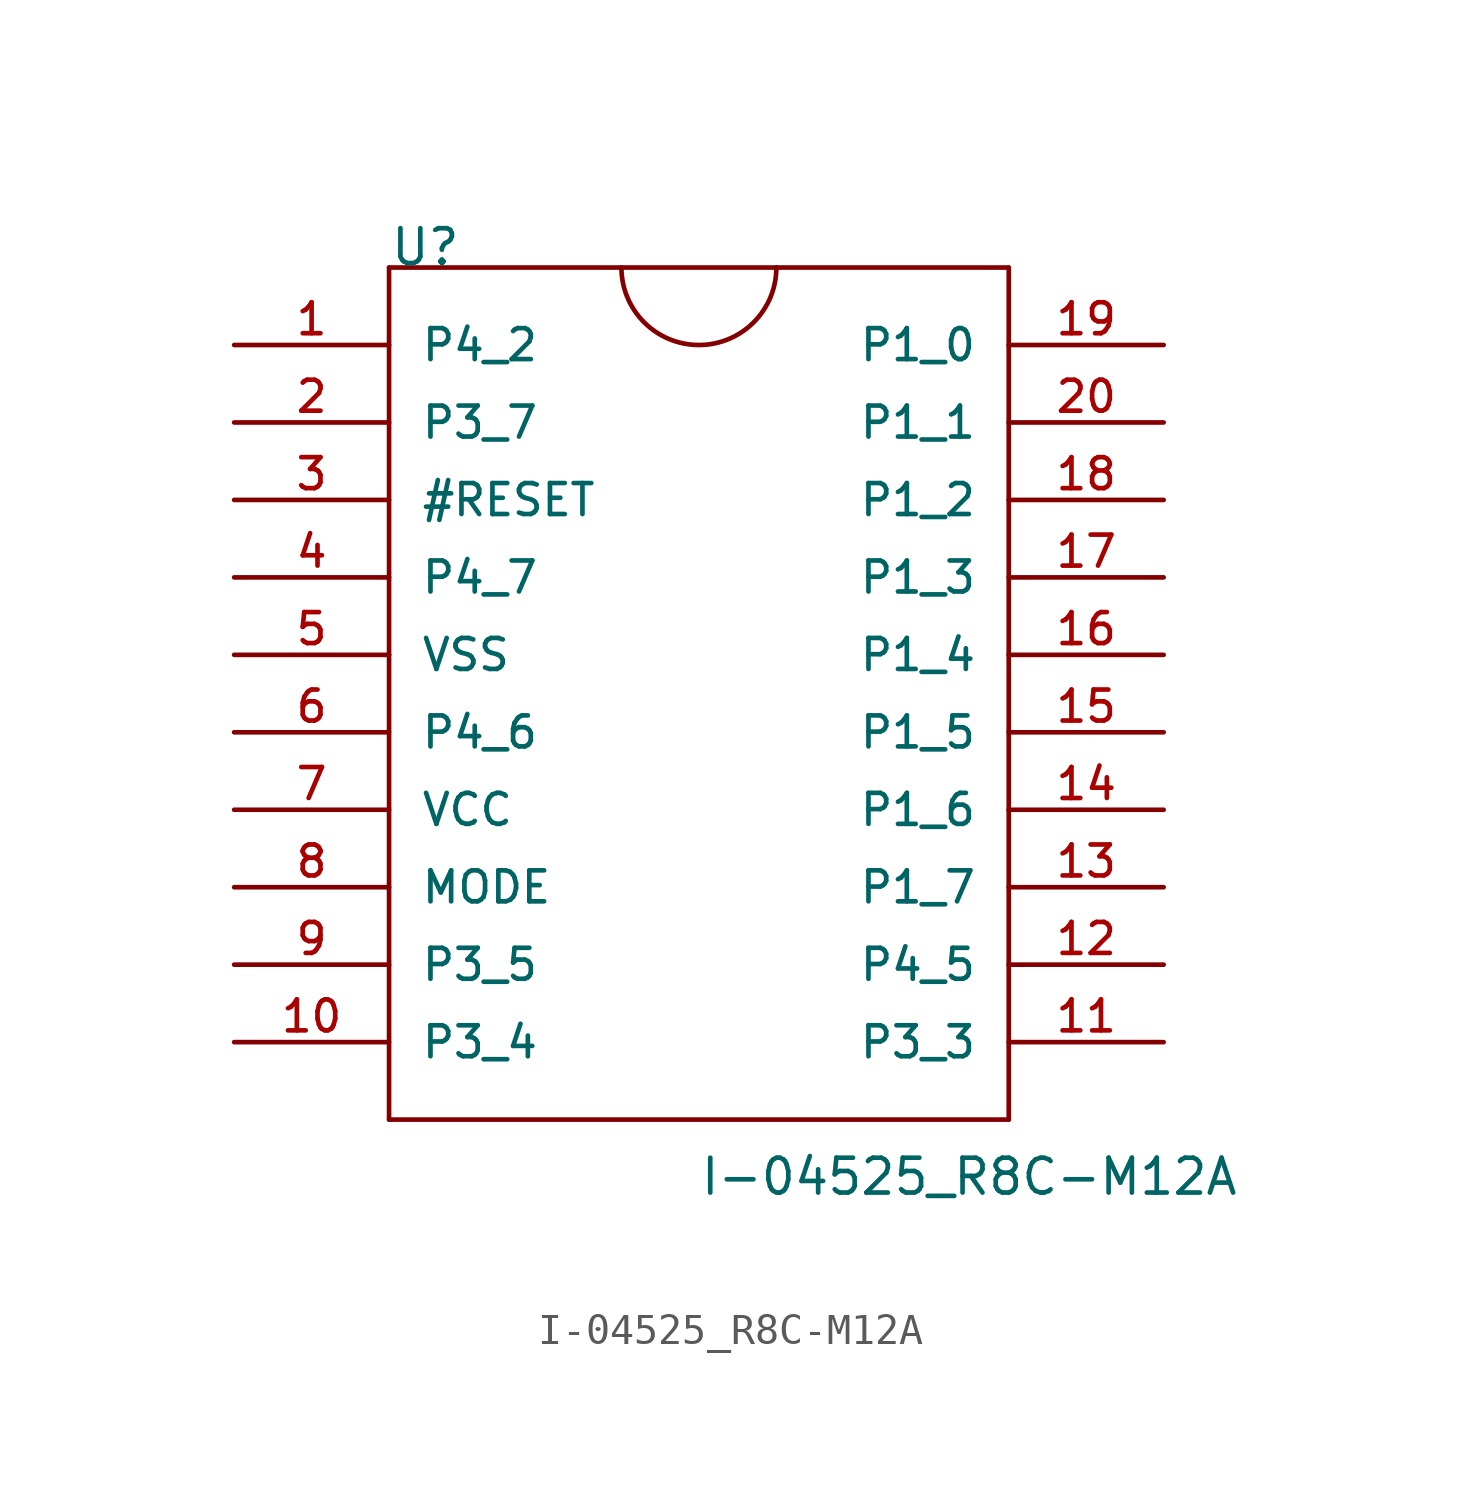
<source format=kicad_sym>
(kicad_symbol_lib
  (version 20211014)
  (generator kicad_symbol_editor)
  (symbol "I-04525_R8C-M12A"
    (pin_names
      (offset 1.016))
    (property "Reference" "U"
      (at -10.16 20.32 0)
      (effects (font (size 1.143 1.143)) (justify left bottom)))
    (property "Value" "I-04525_R8C-M12A"
      (at 0 -10.16 0)
      (effects (font (size 1.143 1.143)) (justify left bottom)))
    (property "ki_locked" ""
      (at 0 0 0)
      (effects (font (size 1.27 1.27))))
    (symbol "I-04525_R8C-M12A_1_0"
      (polyline (pts (xy -10.16 -7.62) (xy -10.16 20.32)) (stroke (width 0) (type default) (color 0 0 0 0)) (fill (type none)))
      (polyline (pts (xy -10.16 20.32) (xy -2.54 20.32)) (stroke (width 0) (type default) (color 0 0 0 0)) (fill (type none)))
      (polyline (pts (xy -2.54 20.32) (xy 2.54 20.32)) (stroke (width 0) (type default) (color 0 0 0 0)) (fill (type none)))
      (polyline (pts (xy 2.54 20.32) (xy 10.16 20.32)) (stroke (width 0) (type default) (color 0 0 0 0)) (fill (type none)))
      (polyline (pts (xy 10.16 -7.62) (xy -10.16 -7.62)) (stroke (width 0) (type default) (color 0 0 0 0)) (fill (type none)))
      (polyline (pts (xy 10.16 20.32) (xy 10.16 -7.62)) (stroke (width 0) (type default) (color 0 0 0 0)) (fill (type none))))
    (symbol "I-04525_R8C-M12A_1_1"
      (arc (start -2.54 20.32) (mid 0 17.78) (end 2.54 20.32) (stroke (width 0) (type default) (color 0 0 0 0)) (fill (type none)))
      (pin bidirectional line (at -15.24 17.78 0) (length 5.08) (name "P4_2" (effects (font (size 1.016 1.016)))) (number "1" (effects (font (size 1.016 1.016)))))
      (pin bidirectional line (at -15.24 -5.08 0) (length 5.08) (name "P3_4" (effects (font (size 1.016 1.016)))) (number "10" (effects (font (size 1.016 1.016)))))
      (pin bidirectional line (at 15.24 -5.08 180) (length 5.08) (name "P3_3" (effects (font (size 1.016 1.016)))) (number "11" (effects (font (size 1.016 1.016)))))
      (pin bidirectional line (at 15.24 -2.54 180) (length 5.08) (name "P4_5" (effects (font (size 1.016 1.016)))) (number "12" (effects (font (size 1.016 1.016)))))
      (pin bidirectional line (at 15.24 0 180) (length 5.08) (name "P1_7" (effects (font (size 1.016 1.016)))) (number "13" (effects (font (size 1.016 1.016)))))
      (pin bidirectional line (at 15.24 2.54 180) (length 5.08) (name "P1_6" (effects (font (size 1.016 1.016)))) (number "14" (effects (font (size 1.016 1.016)))))
      (pin bidirectional line (at 15.24 5.08 180) (length 5.08) (name "P1_5" (effects (font (size 1.016 1.016)))) (number "15" (effects (font (size 1.016 1.016)))))
      (pin bidirectional line (at 15.24 7.62 180) (length 5.08) (name "P1_4" (effects (font (size 1.016 1.016)))) (number "16" (effects (font (size 1.016 1.016)))))
      (pin bidirectional line (at 15.24 10.16 180) (length 5.08) (name "P1_3" (effects (font (size 1.016 1.016)))) (number "17" (effects (font (size 1.016 1.016)))))
      (pin bidirectional line (at 15.24 12.7 180) (length 5.08) (name "P1_2" (effects (font (size 1.016 1.016)))) (number "18" (effects (font (size 1.016 1.016)))))
      (pin bidirectional line (at 15.24 17.78 180) (length 5.08) (name "P1_0" (effects (font (size 1.016 1.016)))) (number "19" (effects (font (size 1.016 1.016)))))
      (pin bidirectional line (at -15.24 15.24 0) (length 5.08) (name "P3_7" (effects (font (size 1.016 1.016)))) (number "2" (effects (font (size 1.016 1.016)))))
      (pin bidirectional line (at 15.24 15.24 180) (length 5.08) (name "P1_1" (effects (font (size 1.016 1.016)))) (number "20" (effects (font (size 1.016 1.016)))))
      (pin bidirectional line (at -15.24 12.7 0) (length 5.08) (name "#RESET" (effects (font (size 1.016 1.016)))) (number "3" (effects (font (size 1.016 1.016)))))
      (pin bidirectional line (at -15.24 10.16 0) (length 5.08) (name "P4_7" (effects (font (size 1.016 1.016)))) (number "4" (effects (font (size 1.016 1.016)))))
      (pin bidirectional line (at -15.24 7.62 0) (length 5.08) (name "VSS" (effects (font (size 1.016 1.016)))) (number "5" (effects (font (size 1.016 1.016)))))
      (pin bidirectional line (at -15.24 5.08 0) (length 5.08) (name "P4_6" (effects (font (size 1.016 1.016)))) (number "6" (effects (font (size 1.016 1.016)))))
      (pin bidirectional line (at -15.24 2.54 0) (length 5.08) (name "VCC" (effects (font (size 1.016 1.016)))) (number "7" (effects (font (size 1.016 1.016)))))
      (pin bidirectional line (at -15.24 0 0) (length 5.08) (name "MODE" (effects (font (size 1.016 1.016)))) (number "8" (effects (font (size 1.016 1.016)))))
      (pin bidirectional line (at -15.24 -2.54 0) (length 5.08) (name "P3_5" (effects (font (size 1.016 1.016)))) (number "9" (effects (font (size 1.016 1.016))))))))
</source>
